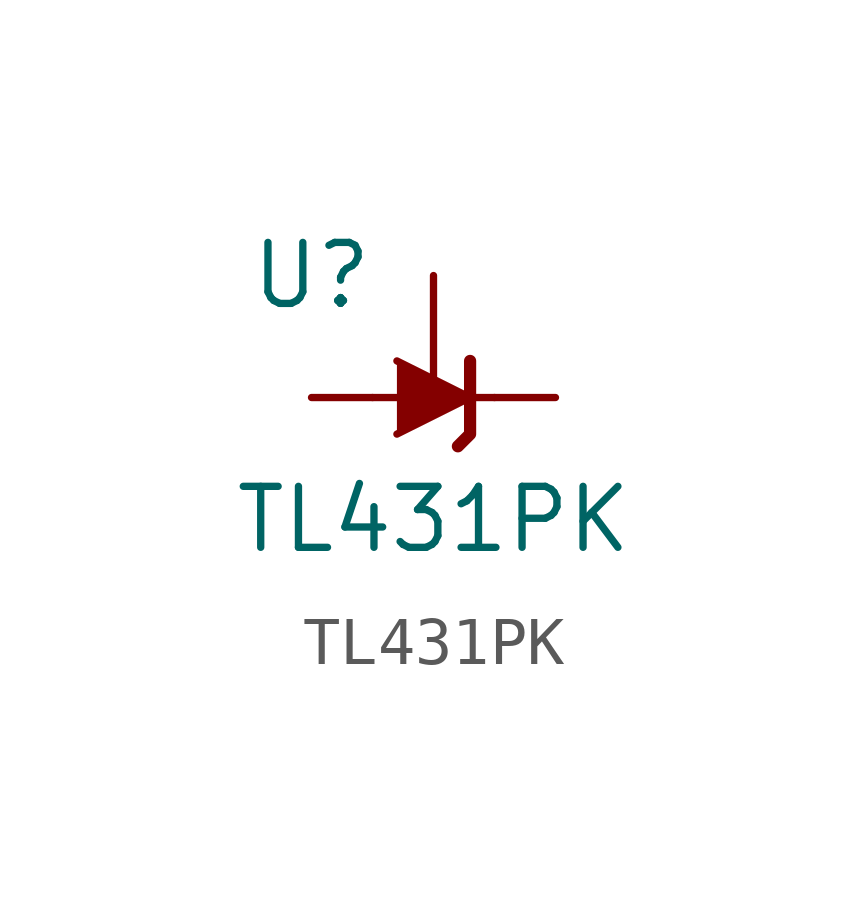
<source format=kicad_sym>
(kicad_symbol_lib
  (version 20220914)
  (generator kicad_symbol_editor)
  (symbol "TL431PK"
    (pin_numbers hide)
    (pin_names hide)
    (property "Reference" "U"
      (at -2.54 2.54 0)
      (effects (font (size 1.27 1.27))))
    (property "Value" "TL431PK"
      (at 0 -2.54 0)
      (effects (font (size 1.27 1.27))))
    (symbol "TL431PK_0_1"
      (polyline (pts (xy -1.27 0) (xy 0 0) (xy 1.27 0)) (stroke (width 0) (type solid)) (fill (type none)))
      (polyline (pts (xy -0.762 0.762) (xy 0.762 0) (xy -0.762 -0.762)) (stroke (width 0) (type solid)) (fill (type outline)))
      (polyline (pts (xy 0.508 -1.016) (xy 0.762 -0.762) (xy 0.762 0.762) (xy 0.762 0.762)) (stroke (width 0.254) (type solid)) (fill (type none))))
    (symbol "TL431PK_1_1"
      (pin passive line (at 0 2.54 270) (length 2.54) (name "REF" (effects (font (size 1.27 1.27)))) (number "1" (effects (font (size 1.27 1.27)))))
      (pin passive line (at -2.54 0 0) (length 1.27) (name "A" (effects (font (size 1.27 1.27)))) (number "2" (effects (font (size 1.27 1.27)))))
      (pin passive line (at 2.54 0 180) (length 1.27) (name "K" (effects (font (size 1.27 1.27)))) (number "3" (effects (font (size 1.27 1.27))))))))
</source>
